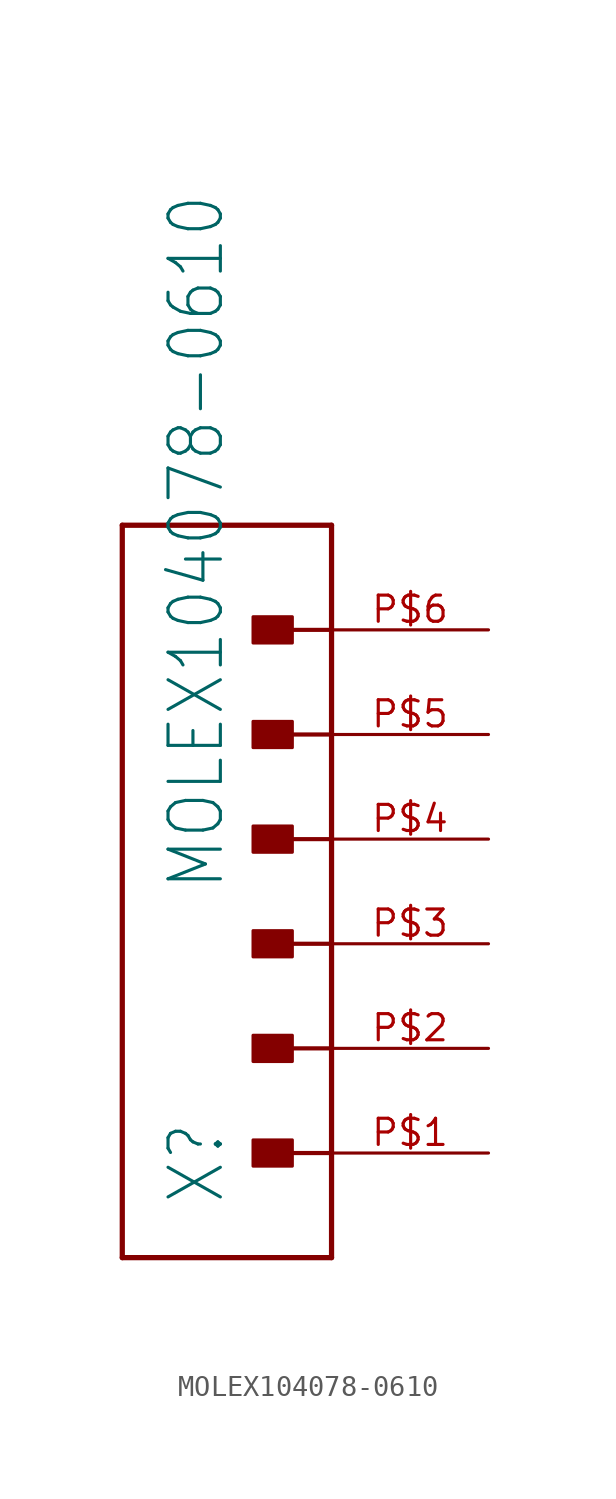
<source format=kicad_sym>
(kicad_symbol_lib
  (version 20211014)
  (generator kicad_symbol_editor)
  (symbol "MOLEX104078-0610"
    (property "Reference" "X"
      (at 0 -15.24 90)
      (effects (font (size 2.54 2.159)) (justify left bottom)))
    (property "Value" "MOLEX104078-0610"
      (at 0 0 90)
      (effects (font (size 2.54 2.159)) (justify left bottom)))
    (property "ki_locked" ""
      (at 0 0 0)
      (effects (font (size 1.27 1.27))))
    (symbol "MOLEX104078-0610_1_0"
      (polyline (pts (xy -5.08 -17.78) (xy 5.08 -17.78)) (stroke (width 0.254) (type default) (color 0 0 0 0)) (fill (type none)))
      (polyline (pts (xy -5.08 17.78) (xy -5.08 -17.78)) (stroke (width 0.254) (type default) (color 0 0 0 0)) (fill (type none)))
      (polyline (pts (xy 5.08 -17.78) (xy 5.08 -12.7)) (stroke (width 0.254) (type default) (color 0 0 0 0)) (fill (type none)))
      (polyline (pts (xy 5.08 -12.7) (xy 2.54 -12.7)) (stroke (width 0.203) (type default) (color 0 0 0 0)) (fill (type none)))
      (polyline (pts (xy 5.08 -12.7) (xy 5.08 -7.62)) (stroke (width 0.254) (type default) (color 0 0 0 0)) (fill (type none)))
      (polyline (pts (xy 5.08 -7.62) (xy 2.54 -7.62)) (stroke (width 0.203) (type default) (color 0 0 0 0)) (fill (type none)))
      (polyline (pts (xy 5.08 -7.62) (xy 5.08 -2.54)) (stroke (width 0.254) (type default) (color 0 0 0 0)) (fill (type none)))
      (polyline (pts (xy 5.08 -2.54) (xy 2.54 -2.54)) (stroke (width 0.203) (type default) (color 0 0 0 0)) (fill (type none)))
      (polyline (pts (xy 5.08 -2.54) (xy 5.08 2.54)) (stroke (width 0.254) (type default) (color 0 0 0 0)) (fill (type none)))
      (polyline (pts (xy 5.08 2.54) (xy 2.54 2.54)) (stroke (width 0.203) (type default) (color 0 0 0 0)) (fill (type none)))
      (polyline (pts (xy 5.08 2.54) (xy 5.08 7.62)) (stroke (width 0.254) (type default) (color 0 0 0 0)) (fill (type none)))
      (polyline (pts (xy 5.08 7.62) (xy 2.54 7.62)) (stroke (width 0.203) (type default) (color 0 0 0 0)) (fill (type none)))
      (polyline (pts (xy 5.08 7.62) (xy 5.08 12.7)) (stroke (width 0.254) (type default) (color 0 0 0 0)) (fill (type none)))
      (polyline (pts (xy 5.08 12.7) (xy 2.54 12.7)) (stroke (width 0.203) (type default) (color 0 0 0 0)) (fill (type none)))
      (polyline (pts (xy 5.08 12.7) (xy 5.08 17.78)) (stroke (width 0.254) (type default) (color 0 0 0 0)) (fill (type none)))
      (polyline (pts (xy 5.08 17.78) (xy -5.08 17.78)) (stroke (width 0.254) (type default) (color 0 0 0 0)) (fill (type none)))
      (rectangle (start 1.27 -13.335) (end 3.175 -12.065) (stroke (width 0) (type default) (color 0 0 0 0)) (fill (type outline)))
      (rectangle (start 1.27 -8.255) (end 3.175 -6.985) (stroke (width 0) (type default) (color 0 0 0 0)) (fill (type outline)))
      (rectangle (start 1.27 -3.175) (end 3.175 -1.905) (stroke (width 0) (type default) (color 0 0 0 0)) (fill (type outline)))
      (rectangle (start 1.27 1.905) (end 3.175 3.175) (stroke (width 0) (type default) (color 0 0 0 0)) (fill (type outline)))
      (rectangle (start 1.27 6.985) (end 3.175 8.255) (stroke (width 0) (type default) (color 0 0 0 0)) (fill (type outline)))
      (rectangle (start 1.27 12.065) (end 3.175 13.335) (stroke (width 0) (type default) (color 0 0 0 0)) (fill (type outline)))
      (pin passive line (at 12.7 -12.7 180) (length 7.62) (name "1" (effects (font (size 0 0)))) (number "P$1" (effects (font (size 1.27 1.27)))))
      (pin passive line (at 12.7 -7.62 180) (length 7.62) (name "2" (effects (font (size 0 0)))) (number "P$2" (effects (font (size 1.27 1.27)))))
      (pin passive line (at 12.7 -2.54 180) (length 7.62) (name "3" (effects (font (size 0 0)))) (number "P$3" (effects (font (size 1.27 1.27)))))
      (pin passive line (at 12.7 2.54 180) (length 7.62) (name "4" (effects (font (size 0 0)))) (number "P$4" (effects (font (size 1.27 1.27)))))
      (pin passive line (at 12.7 7.62 180) (length 7.62) (name "5" (effects (font (size 0 0)))) (number "P$5" (effects (font (size 1.27 1.27)))))
      (pin passive line (at 12.7 12.7 180) (length 7.62) (name "6" (effects (font (size 0 0)))) (number "P$6" (effects (font (size 1.27 1.27))))))))
</source>
